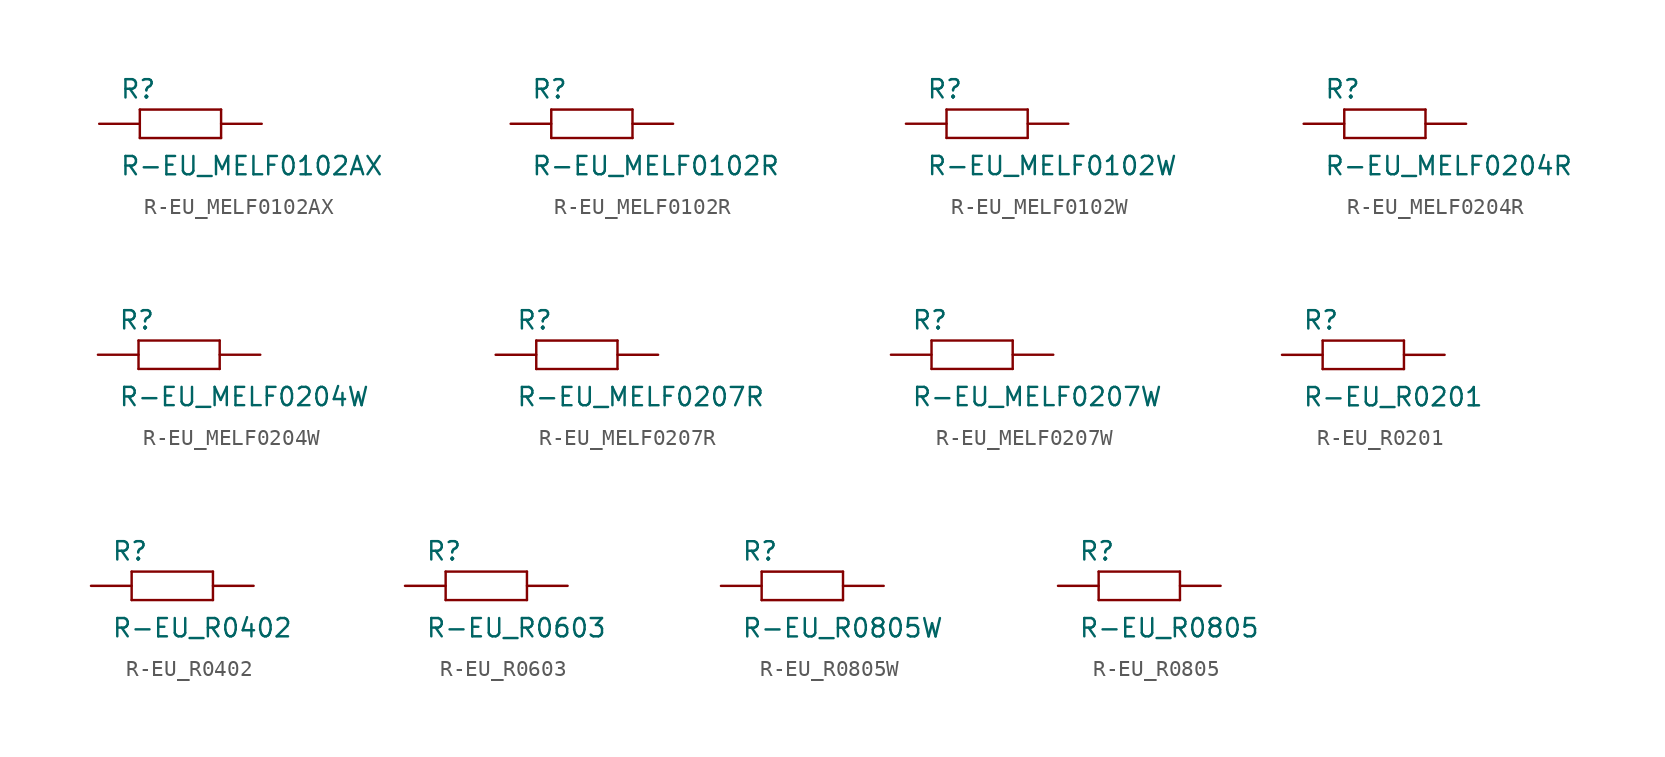
<source format=kicad_sym>
(kicad_symbol_lib
  (version 20211014)
  (generator kicad_symbol_editor)
  (symbol "R-EU_MELF0102AX"
    (pin_numbers hide)
    (pin_names
      (offset 1.016) hide)
    (property "Reference" "R"
      (at -3.81 1.499 0)
      (effects (font (size 1.143 1.143)) (justify left bottom)))
    (property "Value" "R-EU_MELF0102AX"
      (at -3.81 -3.302 0)
      (effects (font (size 1.143 1.143)) (justify left bottom)))
    (property "ki_locked" ""
      (at 0 0 0)
      (effects (font (size 1.27 1.27))))
    (symbol "R-EU_MELF0102AX_1_0"
      (polyline (pts (xy -2.54 -0.889) (xy -2.54 0.889)) (stroke (width 0) (type default) (color 0 0 0 0)) (fill (type none)))
      (polyline (pts (xy -2.54 -0.889) (xy 2.54 -0.889)) (stroke (width 0) (type default) (color 0 0 0 0)) (fill (type none)))
      (polyline (pts (xy 2.54 -0.889) (xy 2.54 0.889)) (stroke (width 0) (type default) (color 0 0 0 0)) (fill (type none)))
      (polyline (pts (xy 2.54 0.889) (xy -2.54 0.889)) (stroke (width 0) (type default) (color 0 0 0 0)) (fill (type none))))
    (symbol "R-EU_MELF0102AX_1_1"
      (pin passive line (at -5.08 0 0) (length 2.54) (name "1" (effects (font (size 1.016 1.016)))) (number "1" (effects (font (size 1.016 1.016)))))
      (pin passive line (at 5.08 0 180) (length 2.54) (name "2" (effects (font (size 1.016 1.016)))) (number "2" (effects (font (size 1.016 1.016)))))))
  (symbol "R-EU_MELF0102R"
    (pin_numbers hide)
    (pin_names
      (offset 1.016) hide)
    (property "Reference" "R"
      (at -3.81 1.499 0)
      (effects (font (size 1.143 1.143)) (justify left bottom)))
    (property "Value" "R-EU_MELF0102R"
      (at -3.81 -3.302 0)
      (effects (font (size 1.143 1.143)) (justify left bottom)))
    (property "ki_locked" ""
      (at 0 0 0)
      (effects (font (size 1.27 1.27))))
    (symbol "R-EU_MELF0102R_1_0"
      (polyline (pts (xy -2.54 -0.889) (xy -2.54 0.889)) (stroke (width 0) (type default) (color 0 0 0 0)) (fill (type none)))
      (polyline (pts (xy -2.54 -0.889) (xy 2.54 -0.889)) (stroke (width 0) (type default) (color 0 0 0 0)) (fill (type none)))
      (polyline (pts (xy 2.54 -0.889) (xy 2.54 0.889)) (stroke (width 0) (type default) (color 0 0 0 0)) (fill (type none)))
      (polyline (pts (xy 2.54 0.889) (xy -2.54 0.889)) (stroke (width 0) (type default) (color 0 0 0 0)) (fill (type none))))
    (symbol "R-EU_MELF0102R_1_1"
      (pin passive line (at -5.08 0 0) (length 2.54) (name "1" (effects (font (size 1.016 1.016)))) (number "1" (effects (font (size 1.016 1.016)))))
      (pin passive line (at 5.08 0 180) (length 2.54) (name "2" (effects (font (size 1.016 1.016)))) (number "2" (effects (font (size 1.016 1.016)))))))
  (symbol "R-EU_MELF0102W"
    (pin_numbers hide)
    (pin_names
      (offset 1.016) hide)
    (property "Reference" "R"
      (at -3.81 1.499 0)
      (effects (font (size 1.143 1.143)) (justify left bottom)))
    (property "Value" "R-EU_MELF0102W"
      (at -3.81 -3.302 0)
      (effects (font (size 1.143 1.143)) (justify left bottom)))
    (property "ki_locked" ""
      (at 0 0 0)
      (effects (font (size 1.27 1.27))))
    (symbol "R-EU_MELF0102W_1_0"
      (polyline (pts (xy -2.54 -0.889) (xy -2.54 0.889)) (stroke (width 0) (type default) (color 0 0 0 0)) (fill (type none)))
      (polyline (pts (xy -2.54 -0.889) (xy 2.54 -0.889)) (stroke (width 0) (type default) (color 0 0 0 0)) (fill (type none)))
      (polyline (pts (xy 2.54 -0.889) (xy 2.54 0.889)) (stroke (width 0) (type default) (color 0 0 0 0)) (fill (type none)))
      (polyline (pts (xy 2.54 0.889) (xy -2.54 0.889)) (stroke (width 0) (type default) (color 0 0 0 0)) (fill (type none))))
    (symbol "R-EU_MELF0102W_1_1"
      (pin passive line (at -5.08 0 0) (length 2.54) (name "1" (effects (font (size 1.016 1.016)))) (number "1" (effects (font (size 1.016 1.016)))))
      (pin passive line (at 5.08 0 180) (length 2.54) (name "2" (effects (font (size 1.016 1.016)))) (number "2" (effects (font (size 1.016 1.016)))))))
  (symbol "R-EU_MELF0204R"
    (pin_numbers hide)
    (pin_names
      (offset 1.016) hide)
    (property "Reference" "R"
      (at -3.81 1.499 0)
      (effects (font (size 1.143 1.143)) (justify left bottom)))
    (property "Value" "R-EU_MELF0204R"
      (at -3.81 -3.302 0)
      (effects (font (size 1.143 1.143)) (justify left bottom)))
    (property "ki_locked" ""
      (at 0 0 0)
      (effects (font (size 1.27 1.27))))
    (symbol "R-EU_MELF0204R_1_0"
      (polyline (pts (xy -2.54 -0.889) (xy -2.54 0.889)) (stroke (width 0) (type default) (color 0 0 0 0)) (fill (type none)))
      (polyline (pts (xy -2.54 -0.889) (xy 2.54 -0.889)) (stroke (width 0) (type default) (color 0 0 0 0)) (fill (type none)))
      (polyline (pts (xy 2.54 -0.889) (xy 2.54 0.889)) (stroke (width 0) (type default) (color 0 0 0 0)) (fill (type none)))
      (polyline (pts (xy 2.54 0.889) (xy -2.54 0.889)) (stroke (width 0) (type default) (color 0 0 0 0)) (fill (type none))))
    (symbol "R-EU_MELF0204R_1_1"
      (pin passive line (at -5.08 0 0) (length 2.54) (name "1" (effects (font (size 1.016 1.016)))) (number "1" (effects (font (size 1.016 1.016)))))
      (pin passive line (at 5.08 0 180) (length 2.54) (name "2" (effects (font (size 1.016 1.016)))) (number "2" (effects (font (size 1.016 1.016)))))))
  (symbol "R-EU_MELF0204W"
    (pin_numbers hide)
    (pin_names
      (offset 1.016) hide)
    (property "Reference" "R"
      (at -3.81 1.499 0)
      (effects (font (size 1.143 1.143)) (justify left bottom)))
    (property "Value" "R-EU_MELF0204W"
      (at -3.81 -3.302 0)
      (effects (font (size 1.143 1.143)) (justify left bottom)))
    (property "ki_locked" ""
      (at 0 0 0)
      (effects (font (size 1.27 1.27))))
    (symbol "R-EU_MELF0204W_1_0"
      (polyline (pts (xy -2.54 -0.889) (xy -2.54 0.889)) (stroke (width 0) (type default) (color 0 0 0 0)) (fill (type none)))
      (polyline (pts (xy -2.54 -0.889) (xy 2.54 -0.889)) (stroke (width 0) (type default) (color 0 0 0 0)) (fill (type none)))
      (polyline (pts (xy 2.54 -0.889) (xy 2.54 0.889)) (stroke (width 0) (type default) (color 0 0 0 0)) (fill (type none)))
      (polyline (pts (xy 2.54 0.889) (xy -2.54 0.889)) (stroke (width 0) (type default) (color 0 0 0 0)) (fill (type none))))
    (symbol "R-EU_MELF0204W_1_1"
      (pin passive line (at -5.08 0 0) (length 2.54) (name "1" (effects (font (size 1.016 1.016)))) (number "1" (effects (font (size 1.016 1.016)))))
      (pin passive line (at 5.08 0 180) (length 2.54) (name "2" (effects (font (size 1.016 1.016)))) (number "2" (effects (font (size 1.016 1.016)))))))
  (symbol "R-EU_MELF0207R"
    (pin_numbers hide)
    (pin_names
      (offset 1.016) hide)
    (property "Reference" "R"
      (at -3.81 1.499 0)
      (effects (font (size 1.143 1.143)) (justify left bottom)))
    (property "Value" "R-EU_MELF0207R"
      (at -3.81 -3.302 0)
      (effects (font (size 1.143 1.143)) (justify left bottom)))
    (property "ki_locked" ""
      (at 0 0 0)
      (effects (font (size 1.27 1.27))))
    (symbol "R-EU_MELF0207R_1_0"
      (polyline (pts (xy -2.54 -0.889) (xy -2.54 0.889)) (stroke (width 0) (type default) (color 0 0 0 0)) (fill (type none)))
      (polyline (pts (xy -2.54 -0.889) (xy 2.54 -0.889)) (stroke (width 0) (type default) (color 0 0 0 0)) (fill (type none)))
      (polyline (pts (xy 2.54 -0.889) (xy 2.54 0.889)) (stroke (width 0) (type default) (color 0 0 0 0)) (fill (type none)))
      (polyline (pts (xy 2.54 0.889) (xy -2.54 0.889)) (stroke (width 0) (type default) (color 0 0 0 0)) (fill (type none))))
    (symbol "R-EU_MELF0207R_1_1"
      (pin passive line (at -5.08 0 0) (length 2.54) (name "1" (effects (font (size 1.016 1.016)))) (number "1" (effects (font (size 1.016 1.016)))))
      (pin passive line (at 5.08 0 180) (length 2.54) (name "2" (effects (font (size 1.016 1.016)))) (number "2" (effects (font (size 1.016 1.016)))))))
  (symbol "R-EU_MELF0207W"
    (pin_numbers hide)
    (pin_names
      (offset 1.016) hide)
    (property "Reference" "R"
      (at -3.81 1.499 0)
      (effects (font (size 1.143 1.143)) (justify left bottom)))
    (property "Value" "R-EU_MELF0207W"
      (at -3.81 -3.302 0)
      (effects (font (size 1.143 1.143)) (justify left bottom)))
    (property "ki_locked" ""
      (at 0 0 0)
      (effects (font (size 1.27 1.27))))
    (symbol "R-EU_MELF0207W_1_0"
      (polyline (pts (xy -2.54 -0.889) (xy -2.54 0.889)) (stroke (width 0) (type default) (color 0 0 0 0)) (fill (type none)))
      (polyline (pts (xy -2.54 -0.889) (xy 2.54 -0.889)) (stroke (width 0) (type default) (color 0 0 0 0)) (fill (type none)))
      (polyline (pts (xy 2.54 -0.889) (xy 2.54 0.889)) (stroke (width 0) (type default) (color 0 0 0 0)) (fill (type none)))
      (polyline (pts (xy 2.54 0.889) (xy -2.54 0.889)) (stroke (width 0) (type default) (color 0 0 0 0)) (fill (type none))))
    (symbol "R-EU_MELF0207W_1_1"
      (pin passive line (at -5.08 0 0) (length 2.54) (name "1" (effects (font (size 1.016 1.016)))) (number "1" (effects (font (size 1.016 1.016)))))
      (pin passive line (at 5.08 0 180) (length 2.54) (name "2" (effects (font (size 1.016 1.016)))) (number "2" (effects (font (size 1.016 1.016)))))))
  (symbol "R-EU_R0201"
    (pin_numbers hide)
    (pin_names
      (offset 1.016) hide)
    (property "Reference" "R"
      (at -3.81 1.499 0)
      (effects (font (size 1.143 1.143)) (justify left bottom)))
    (property "Value" "R-EU_R0201"
      (at -3.81 -3.302 0)
      (effects (font (size 1.143 1.143)) (justify left bottom)))
    (property "ki_locked" ""
      (at 0 0 0)
      (effects (font (size 1.27 1.27))))
    (symbol "R-EU_R0201_1_0"
      (polyline (pts (xy -2.54 -0.889) (xy -2.54 0.889)) (stroke (width 0) (type default) (color 0 0 0 0)) (fill (type none)))
      (polyline (pts (xy -2.54 -0.889) (xy 2.54 -0.889)) (stroke (width 0) (type default) (color 0 0 0 0)) (fill (type none)))
      (polyline (pts (xy 2.54 -0.889) (xy 2.54 0.889)) (stroke (width 0) (type default) (color 0 0 0 0)) (fill (type none)))
      (polyline (pts (xy 2.54 0.889) (xy -2.54 0.889)) (stroke (width 0) (type default) (color 0 0 0 0)) (fill (type none))))
    (symbol "R-EU_R0201_1_1"
      (pin passive line (at -5.08 0 0) (length 2.54) (name "1" (effects (font (size 1.016 1.016)))) (number "1" (effects (font (size 1.016 1.016)))))
      (pin passive line (at 5.08 0 180) (length 2.54) (name "2" (effects (font (size 1.016 1.016)))) (number "2" (effects (font (size 1.016 1.016)))))))
  (symbol "R-EU_R0402"
    (pin_numbers hide)
    (pin_names
      (offset 1.016) hide)
    (property "Reference" "R"
      (at -3.81 1.499 0)
      (effects (font (size 1.143 1.143)) (justify left bottom)))
    (property "Value" "R-EU_R0402"
      (at -3.81 -3.302 0)
      (effects (font (size 1.143 1.143)) (justify left bottom)))
    (property "ki_locked" ""
      (at 0 0 0)
      (effects (font (size 1.27 1.27))))
    (symbol "R-EU_R0402_1_0"
      (polyline (pts (xy -2.54 -0.889) (xy -2.54 0.889)) (stroke (width 0) (type default) (color 0 0 0 0)) (fill (type none)))
      (polyline (pts (xy -2.54 -0.889) (xy 2.54 -0.889)) (stroke (width 0) (type default) (color 0 0 0 0)) (fill (type none)))
      (polyline (pts (xy 2.54 -0.889) (xy 2.54 0.889)) (stroke (width 0) (type default) (color 0 0 0 0)) (fill (type none)))
      (polyline (pts (xy 2.54 0.889) (xy -2.54 0.889)) (stroke (width 0) (type default) (color 0 0 0 0)) (fill (type none))))
    (symbol "R-EU_R0402_1_1"
      (pin passive line (at -5.08 0 0) (length 2.54) (name "1" (effects (font (size 1.016 1.016)))) (number "1" (effects (font (size 1.016 1.016)))))
      (pin passive line (at 5.08 0 180) (length 2.54) (name "2" (effects (font (size 1.016 1.016)))) (number "2" (effects (font (size 1.016 1.016)))))))
  (symbol "R-EU_R0603"
    (pin_numbers hide)
    (pin_names
      (offset 1.016) hide)
    (property "Reference" "R"
      (at -3.81 1.499 0)
      (effects (font (size 1.143 1.143)) (justify left bottom)))
    (property "Value" "R-EU_R0603"
      (at -3.81 -3.302 0)
      (effects (font (size 1.143 1.143)) (justify left bottom)))
    (property "ki_locked" ""
      (at 0 0 0)
      (effects (font (size 1.27 1.27))))
    (symbol "R-EU_R0603_1_0"
      (polyline (pts (xy -2.54 -0.889) (xy -2.54 0.889)) (stroke (width 0) (type default) (color 0 0 0 0)) (fill (type none)))
      (polyline (pts (xy -2.54 -0.889) (xy 2.54 -0.889)) (stroke (width 0) (type default) (color 0 0 0 0)) (fill (type none)))
      (polyline (pts (xy 2.54 -0.889) (xy 2.54 0.889)) (stroke (width 0) (type default) (color 0 0 0 0)) (fill (type none)))
      (polyline (pts (xy 2.54 0.889) (xy -2.54 0.889)) (stroke (width 0) (type default) (color 0 0 0 0)) (fill (type none))))
    (symbol "R-EU_R0603_1_1"
      (pin passive line (at -5.08 0 0) (length 2.54) (name "1" (effects (font (size 1.016 1.016)))) (number "1" (effects (font (size 1.016 1.016)))))
      (pin passive line (at 5.08 0 180) (length 2.54) (name "2" (effects (font (size 1.016 1.016)))) (number "2" (effects (font (size 1.016 1.016)))))))
  (symbol "R-EU_R0805W"
    (pin_numbers hide)
    (pin_names
      (offset 1.016) hide)
    (property "Reference" "R"
      (at -3.81 1.499 0)
      (effects (font (size 1.143 1.143)) (justify left bottom)))
    (property "Value" "R-EU_R0805W"
      (at -3.81 -3.302 0)
      (effects (font (size 1.143 1.143)) (justify left bottom)))
    (property "ki_locked" ""
      (at 0 0 0)
      (effects (font (size 1.27 1.27))))
    (symbol "R-EU_R0805W_1_0"
      (polyline (pts (xy -2.54 -0.889) (xy -2.54 0.889)) (stroke (width 0) (type default) (color 0 0 0 0)) (fill (type none)))
      (polyline (pts (xy -2.54 -0.889) (xy 2.54 -0.889)) (stroke (width 0) (type default) (color 0 0 0 0)) (fill (type none)))
      (polyline (pts (xy 2.54 -0.889) (xy 2.54 0.889)) (stroke (width 0) (type default) (color 0 0 0 0)) (fill (type none)))
      (polyline (pts (xy 2.54 0.889) (xy -2.54 0.889)) (stroke (width 0) (type default) (color 0 0 0 0)) (fill (type none))))
    (symbol "R-EU_R0805W_1_1"
      (pin passive line (at -5.08 0 0) (length 2.54) (name "1" (effects (font (size 1.016 1.016)))) (number "1" (effects (font (size 1.016 1.016)))))
      (pin passive line (at 5.08 0 180) (length 2.54) (name "2" (effects (font (size 1.016 1.016)))) (number "2" (effects (font (size 1.016 1.016)))))))
  (symbol "R-EU_R0805"
    (pin_numbers hide)
    (pin_names
      (offset 1.016) hide)
    (property "Reference" "R"
      (at -3.81 1.499 0)
      (effects (font (size 1.143 1.143)) (justify left bottom)))
    (property "Value" "R-EU_R0805"
      (at -3.81 -3.302 0)
      (effects (font (size 1.143 1.143)) (justify left bottom)))
    (property "ki_locked" ""
      (at 0 0 0)
      (effects (font (size 1.27 1.27))))
    (symbol "R-EU_R0805_1_0"
      (polyline (pts (xy -2.54 -0.889) (xy -2.54 0.889)) (stroke (width 0) (type default) (color 0 0 0 0)) (fill (type none)))
      (polyline (pts (xy -2.54 -0.889) (xy 2.54 -0.889)) (stroke (width 0) (type default) (color 0 0 0 0)) (fill (type none)))
      (polyline (pts (xy 2.54 -0.889) (xy 2.54 0.889)) (stroke (width 0) (type default) (color 0 0 0 0)) (fill (type none)))
      (polyline (pts (xy 2.54 0.889) (xy -2.54 0.889)) (stroke (width 0) (type default) (color 0 0 0 0)) (fill (type none))))
    (symbol "R-EU_R0805_1_1"
      (pin passive line (at -5.08 0 0) (length 2.54) (name "1" (effects (font (size 1.016 1.016)))) (number "1" (effects (font (size 1.016 1.016)))))
      (pin passive line (at 5.08 0 180) (length 2.54) (name "2" (effects (font (size 1.016 1.016)))) (number "2" (effects (font (size 1.016 1.016))))))))
</source>
